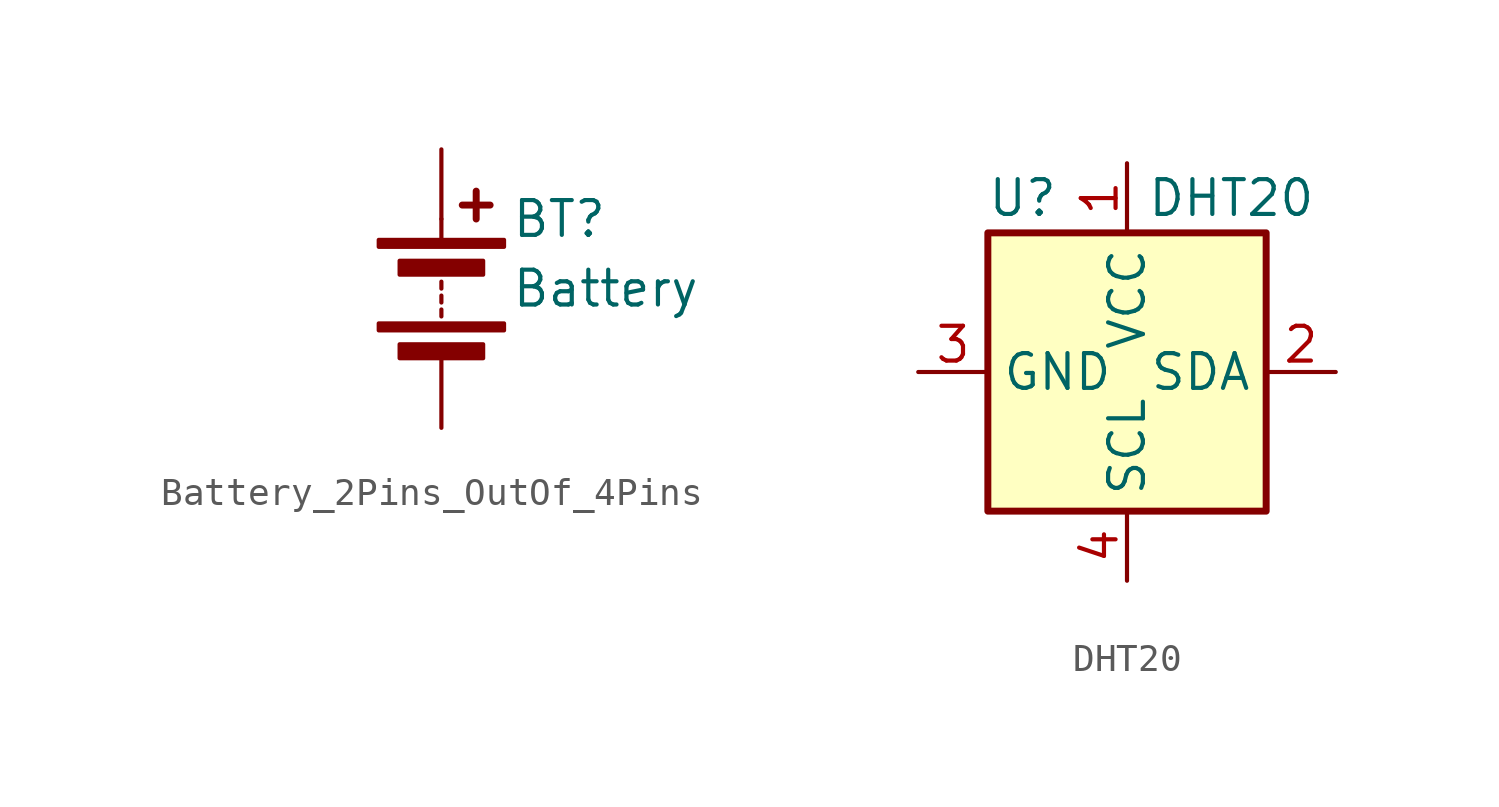
<source format=kicad_sym>
(kicad_symbol_lib
  (version 20220914)
  (generator kicad_symbol_editor)
  (symbol "Battery_2Pins_OutOf_4Pins"
    (pin_numbers hide)
    (pin_names
      (offset 0) hide)
    (property "Reference" "BT"
      (at 2.54 2.54 0)
      (effects (font (size 1.27 1.27)) (justify left)))
    (property "Value" "Battery"
      (at 2.54 0 0)
      (effects (font (size 1.27 1.27)) (justify left)))
    (symbol "Battery_2Pins_OutOf_4Pins_0_1"
      (rectangle (start -2.286 -1.27) (end 2.286 -1.524) (stroke (width 0) (type default)) (fill (type outline)))
      (rectangle (start -2.286 1.778) (end 2.286 1.524) (stroke (width 0) (type default)) (fill (type outline)))
      (rectangle (start -1.524 -2.032) (end 1.524 -2.54) (stroke (width 0) (type default)) (fill (type outline)))
      (rectangle (start -1.524 1.016) (end 1.524 0.508) (stroke (width 0) (type default)) (fill (type outline)))
      (polyline (pts (xy 0 -1.016) (xy 0 -0.762)) (stroke (width 0) (type default)) (fill (type none)))
      (polyline (pts (xy 0 -0.508) (xy 0 -0.254)) (stroke (width 0) (type default)) (fill (type none)))
      (polyline (pts (xy 0 0) (xy 0 0.254)) (stroke (width 0) (type default)) (fill (type none)))
      (polyline (pts (xy 0 1.778) (xy 0 2.54)) (stroke (width 0) (type default)) (fill (type none)))
      (polyline (pts (xy 0.762 3.048) (xy 1.778 3.048)) (stroke (width 0.254) (type default)) (fill (type none)))
      (polyline (pts (xy 1.27 3.556) (xy 1.27 2.54)) (stroke (width 0.254) (type default)) (fill (type none))))
    (symbol "Battery_2Pins_OutOf_4Pins_1_1"
      (pin passive line (at 0 5.08 270) (length 2.54) (name "+" (effects (font (size 1.27 1.27)))) (number "1" (effects (font (size 1.27 1.27)))))
      (pin passive line (at 0 -5.08 90) (length 2.54) (name "-" (effects (font (size 1.27 1.27)))) (number "2" (effects (font (size 1.27 1.27)))))
      (pin no_connect line (at -10.16 -1.27 90) (length 2.54) hide (name "NC" (effects (font (size 1.27 1.27)))) (number "3" (effects (font (size 1.27 1.27)))))
      (pin no_connect line (at -7.62 -1.27 90) (length 2.54) hide (name "NC" (effects (font (size 1.27 1.27)))) (number "4" (effects (font (size 1.27 1.27)))))))
  (symbol "DHT20"
    (property "Reference" "U"
      (at -3.81 6.35 0)
      (effects (font (size 1.27 1.27))))
    (property "Value" "DHT20"
      (at 3.81 6.35 0)
      (effects (font (size 1.27 1.27))))
    (symbol "DHT20_0_1"
      (rectangle (start -5.08 5.08) (end 5.08 -5.08) (stroke (width 0.254) (type default)) (fill (type background))))
    (symbol "DHT20_1_1"
      (pin power_in line (at 0 7.62 270) (length 2.54) (name "VCC" (effects (font (size 1.27 1.27)))) (number "1" (effects (font (size 1.27 1.27)))))
      (pin bidirectional line (at 7.62 0 180) (length 2.54) (name "SDA" (effects (font (size 1.27 1.27)))) (number "2" (effects (font (size 1.27 1.27)))))
      (pin power_in line (at -7.62 0 0) (length 2.54) (name "GND" (effects (font (size 1.27 1.27)))) (number "3" (effects (font (size 1.27 1.27)))))
      (pin bidirectional line (at 0 -7.62 90) (length 2.54) (name "SCL" (effects (font (size 1.27 1.27)))) (number "4" (effects (font (size 1.27 1.27))))))))
</source>
